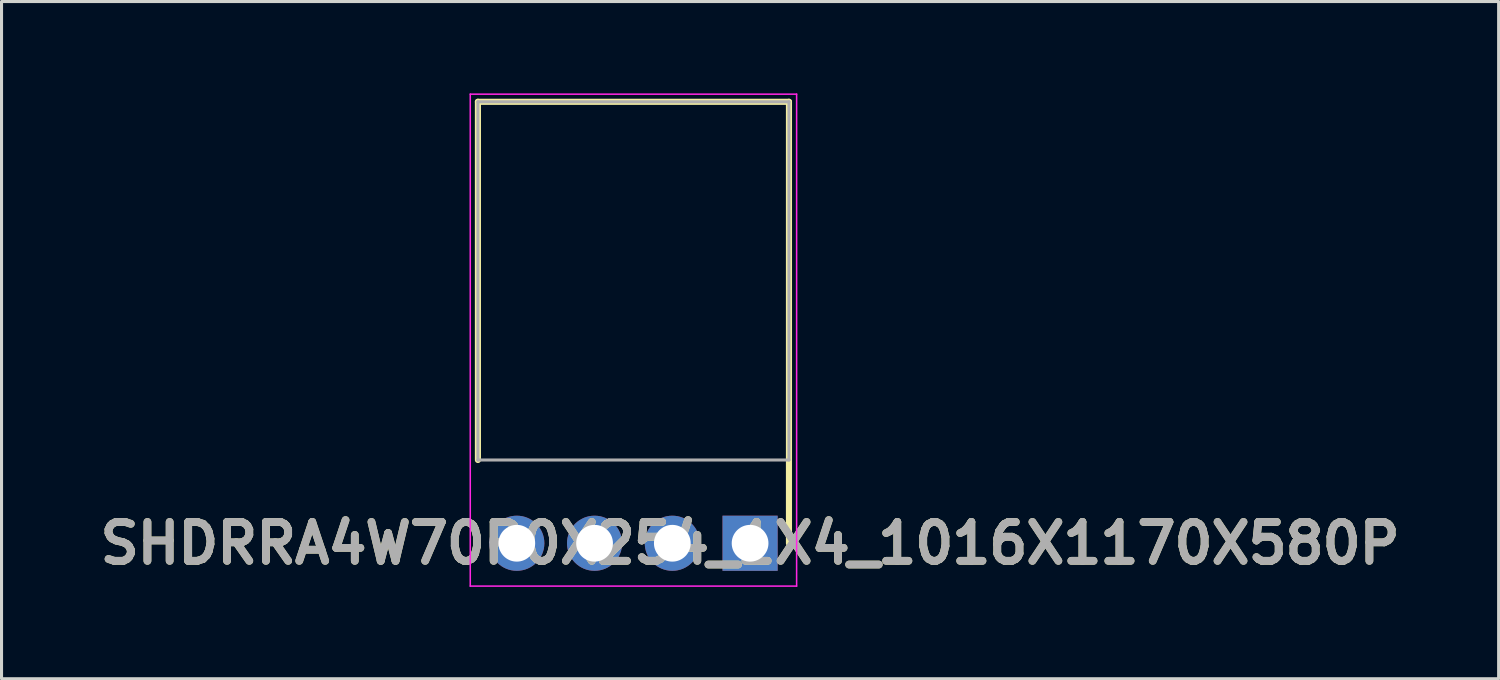
<source format=kicad_pcb>
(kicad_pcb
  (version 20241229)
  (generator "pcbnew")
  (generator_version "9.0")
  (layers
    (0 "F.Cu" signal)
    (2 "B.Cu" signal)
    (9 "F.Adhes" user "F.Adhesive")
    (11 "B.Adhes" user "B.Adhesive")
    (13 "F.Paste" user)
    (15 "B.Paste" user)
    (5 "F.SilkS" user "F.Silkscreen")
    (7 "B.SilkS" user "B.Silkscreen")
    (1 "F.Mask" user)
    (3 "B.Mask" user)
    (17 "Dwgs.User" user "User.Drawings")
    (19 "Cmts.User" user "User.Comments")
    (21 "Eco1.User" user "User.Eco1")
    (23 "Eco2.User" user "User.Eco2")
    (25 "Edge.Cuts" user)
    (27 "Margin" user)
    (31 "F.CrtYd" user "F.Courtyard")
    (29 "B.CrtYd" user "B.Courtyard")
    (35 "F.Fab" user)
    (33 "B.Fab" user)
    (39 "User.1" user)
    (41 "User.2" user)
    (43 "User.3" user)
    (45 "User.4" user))
  (footprint "SHDRRA4W70P0X254_1X4_1016X1170X580P"
    (layer "F.Cu")
    (at 21.451 14.695)
    (property "Reference" "SHDRRA4W70P0X254_1X4_1016X1170X580P" (at 0 0 0) (layer "F.SilkS") (effects (font (size 1.27 1.27) (thickness 0.254))))
    (attr through_hole)
    (fp_line (start -8.89 -14.42) (end -8.89 -2.72) (stroke (width 0.2) (type solid)) (layer "F.SilkS"))
    (fp_line (start 1.27 -14.42) (end -8.89 -14.42) (stroke (width 0.2) (type solid)) (layer "F.SilkS"))
    (fp_line (start 1.27 0) (end 1.27 -14.42) (stroke (width 0.2) (type solid)) (layer "F.SilkS"))
    (fp_line (start -9.14 -14.67) (end 1.52 -14.67) (stroke (width 0.05) (type solid)) (layer "F.CrtYd"))
    (fp_line (start -9.14 1.4) (end -9.14 -14.67) (stroke (width 0.05) (type solid)) (layer "F.CrtYd"))
    (fp_line (start 1.52 -14.67) (end 1.52 1.4) (stroke (width 0.05) (type solid)) (layer "F.CrtYd"))
    (fp_line (start 1.52 1.4) (end -9.14 1.4) (stroke (width 0.05) (type solid)) (layer "F.CrtYd"))
    (fp_line (start -8.89 -14.42) (end 1.27 -14.42) (stroke (width 0.1) (type solid)) (layer "F.Fab"))
    (fp_line (start -8.89 -2.72) (end -8.89 -14.42) (stroke (width 0.1) (type solid)) (layer "F.Fab"))
    (fp_line (start 1.27 -14.42) (end 1.27 -2.72) (stroke (width 0.1) (type solid)) (layer "F.Fab"))
    (fp_line (start 1.27 -2.72) (end -8.89 -2.72) (stroke (width 0.1) (type solid)) (layer "F.Fab"))
    (fp_text user "${REFERENCE}" (at 0 0 0) (layer "F.Fab") (effects (font (size 1.27 1.27) (thickness 0.254))))
    (pad "1" thru_hole rect (at 0 0) (size 1.8 1.8) (drill 1.2) (layers "*.Cu" "*.Mask"))
    (pad "2" thru_hole circle (at -2.54 0) (size 1.8 1.8) (drill 1.2) (layers "*.Cu" "*.Mask"))
    (pad "3" thru_hole circle (at -5.08 0) (size 1.8 1.8) (drill 1.2) (layers "*.Cu" "*.Mask"))
    (pad "4" thru_hole circle (at -7.62 0) (size 1.8 1.8) (drill 1.2) (layers "*.Cu" "*.Mask")))
  (gr_rect
    (start -3 -3)
    (end 45.902 19.12)
    (stroke (width 0.1) (type default))
    (fill no)
    (layer "Edge.Cuts")))
</source>
